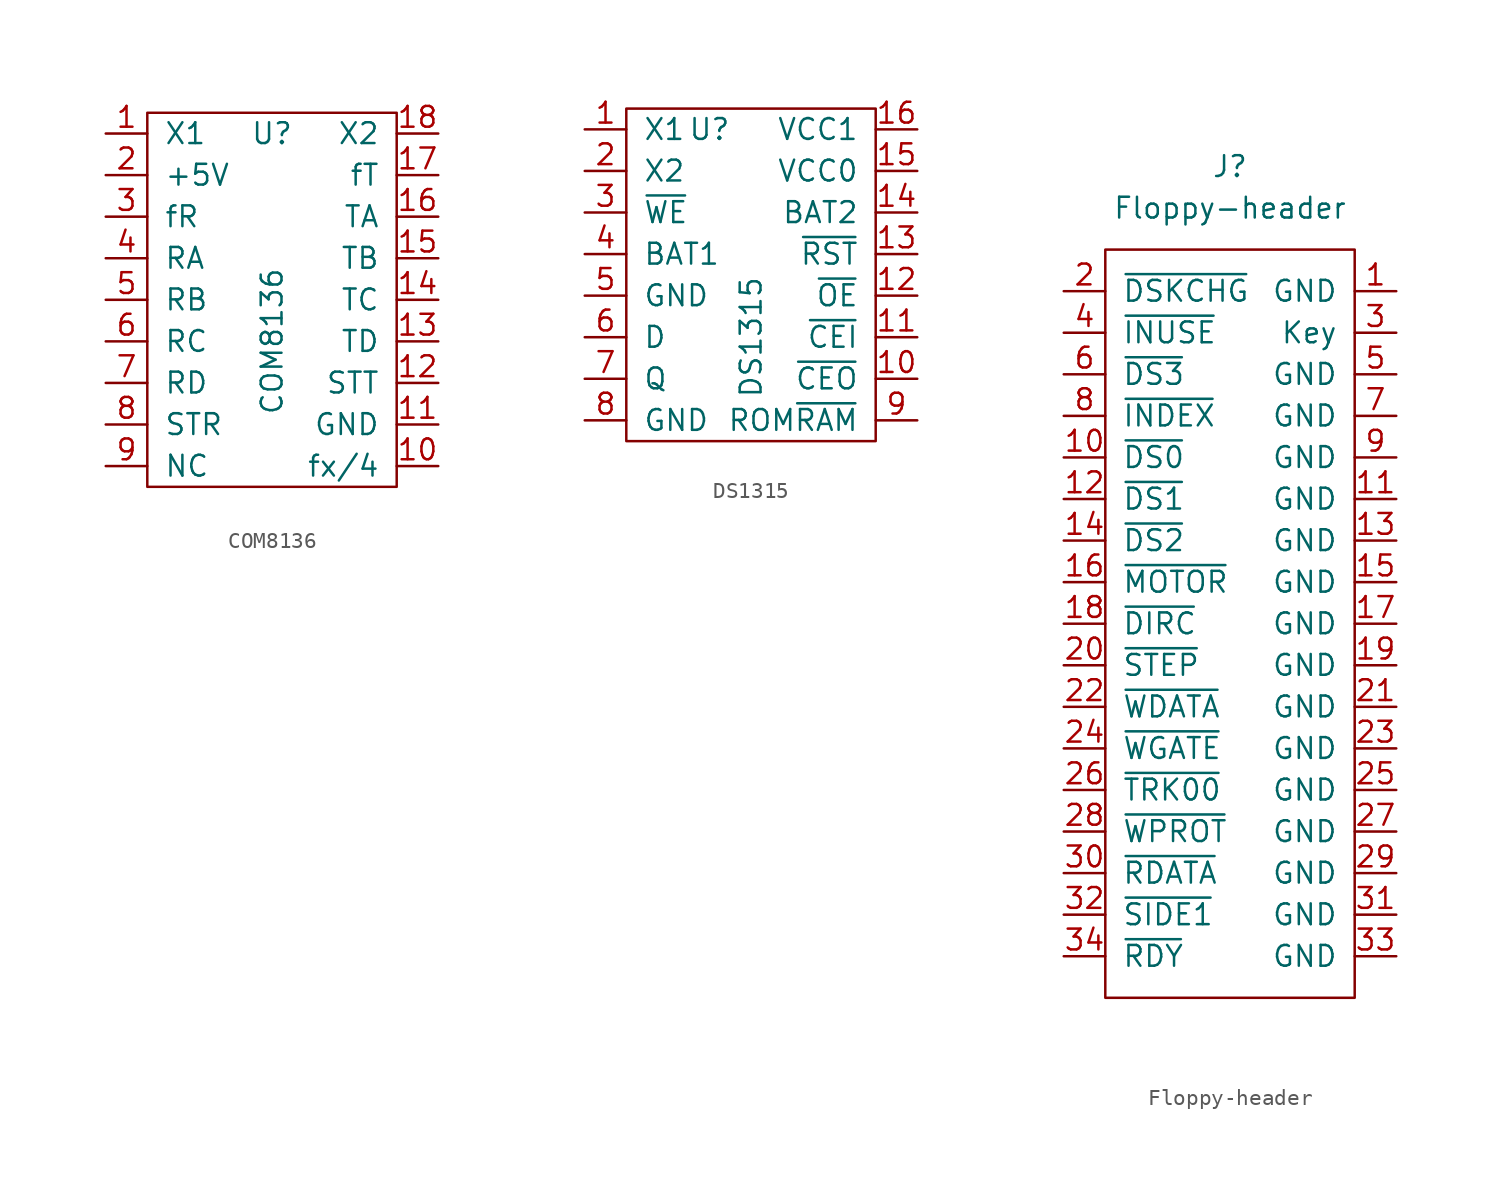
<source format=kicad_sym>
(kicad_symbol_lib
  (version 20211014)
  (generator kicad_symbol_editor)
  (symbol "COM8136"
    (pin_names
      (offset 1.016))
    (property "Reference" "U"
      (at 0 10.16 0)
      (effects (font (size 1.27 1.27))))
    (property "Value" "COM8136"
      (at 0 -2.54 90)
      (effects (font (size 1.27 1.27))))
    (symbol "COM8136_0_1"
      (rectangle (start -7.62 11.43) (end 7.62 -11.43) (stroke (width 0) (type default) (color 0 0 0 0)) (fill (type none))))
    (symbol "COM8136_1_1"
      (pin input line (at -10.16 10.16 0) (length 2.54) (name "X1" (effects (font (size 1.27 1.27)))) (number "1" (effects (font (size 1.27 1.27)))))
      (pin output line (at 10.16 -10.16 180) (length 2.54) (name "fx/4" (effects (font (size 1.27 1.27)))) (number "10" (effects (font (size 1.27 1.27)))))
      (pin power_in line (at 10.16 -7.62 180) (length 2.54) (name "GND" (effects (font (size 1.27 1.27)))) (number "11" (effects (font (size 1.27 1.27)))))
      (pin input line (at 10.16 -5.08 180) (length 2.54) (name "STT" (effects (font (size 1.27 1.27)))) (number "12" (effects (font (size 1.27 1.27)))))
      (pin input line (at 10.16 -2.54 180) (length 2.54) (name "TD" (effects (font (size 1.27 1.27)))) (number "13" (effects (font (size 1.27 1.27)))))
      (pin input line (at 10.16 0 180) (length 2.54) (name "TC" (effects (font (size 1.27 1.27)))) (number "14" (effects (font (size 1.27 1.27)))))
      (pin input line (at 10.16 2.54 180) (length 2.54) (name "TB" (effects (font (size 1.27 1.27)))) (number "15" (effects (font (size 1.27 1.27)))))
      (pin input line (at 10.16 5.08 180) (length 2.54) (name "TA" (effects (font (size 1.27 1.27)))) (number "16" (effects (font (size 1.27 1.27)))))
      (pin output line (at 10.16 7.62 180) (length 2.54) (name "fT" (effects (font (size 1.27 1.27)))) (number "17" (effects (font (size 1.27 1.27)))))
      (pin input line (at 10.16 10.16 180) (length 2.54) (name "X2" (effects (font (size 1.27 1.27)))) (number "18" (effects (font (size 1.27 1.27)))))
      (pin power_in line (at -10.16 7.62 0) (length 2.54) (name "+5V" (effects (font (size 1.27 1.27)))) (number "2" (effects (font (size 1.27 1.27)))))
      (pin output line (at -10.16 5.08 0) (length 2.54) (name "fR" (effects (font (size 1.27 1.27)))) (number "3" (effects (font (size 1.27 1.27)))))
      (pin input line (at -10.16 2.54 0) (length 2.54) (name "RA" (effects (font (size 1.27 1.27)))) (number "4" (effects (font (size 1.27 1.27)))))
      (pin input line (at -10.16 0 0) (length 2.54) (name "RB" (effects (font (size 1.27 1.27)))) (number "5" (effects (font (size 1.27 1.27)))))
      (pin input line (at -10.16 -2.54 0) (length 2.54) (name "RC" (effects (font (size 1.27 1.27)))) (number "6" (effects (font (size 1.27 1.27)))))
      (pin input line (at -10.16 -5.08 0) (length 2.54) (name "RD" (effects (font (size 1.27 1.27)))) (number "7" (effects (font (size 1.27 1.27)))))
      (pin input line (at -10.16 -7.62 0) (length 2.54) (name "STR" (effects (font (size 1.27 1.27)))) (number "8" (effects (font (size 1.27 1.27)))))
      (pin input line (at -10.16 -10.16 0) (length 2.54) (name "NC" (effects (font (size 1.27 1.27)))) (number "9" (effects (font (size 1.27 1.27)))))))
  (symbol "DS1315"
    (pin_names
      (offset 1.016))
    (property "Reference" "U"
      (at -2.54 8.89 0)
      (effects (font (size 1.27 1.27))))
    (property "Value" "DS1315"
      (at 0 -3.81 90)
      (effects (font (size 1.27 1.27))))
    (symbol "DS1315_0_1"
      (rectangle (start -7.62 10.16) (end 7.62 -10.16) (stroke (width 0) (type default) (color 0 0 0 0)) (fill (type none))))
    (symbol "DS1315_1_1"
      (pin input line (at -10.16 8.89 0) (length 2.54) (name "X1" (effects (font (size 1.27 1.27)))) (number "1" (effects (font (size 1.27 1.27)))))
      (pin input line (at 10.16 -6.35 180) (length 2.54) (name "~{CEO}" (effects (font (size 1.27 1.27)))) (number "10" (effects (font (size 1.27 1.27)))))
      (pin input line (at 10.16 -3.81 180) (length 2.54) (name "~{CEI}" (effects (font (size 1.27 1.27)))) (number "11" (effects (font (size 1.27 1.27)))))
      (pin input line (at 10.16 -1.27 180) (length 2.54) (name "~{OE}" (effects (font (size 1.27 1.27)))) (number "12" (effects (font (size 1.27 1.27)))))
      (pin input line (at 10.16 1.27 180) (length 2.54) (name "~{RST}" (effects (font (size 1.27 1.27)))) (number "13" (effects (font (size 1.27 1.27)))))
      (pin input line (at 10.16 3.81 180) (length 2.54) (name "BAT2" (effects (font (size 1.27 1.27)))) (number "14" (effects (font (size 1.27 1.27)))))
      (pin input line (at 10.16 6.35 180) (length 2.54) (name "VCC0" (effects (font (size 1.27 1.27)))) (number "15" (effects (font (size 1.27 1.27)))))
      (pin input line (at 10.16 8.89 180) (length 2.54) (name "VCC1" (effects (font (size 1.27 1.27)))) (number "16" (effects (font (size 1.27 1.27)))))
      (pin input line (at -10.16 6.35 0) (length 2.54) (name "X2" (effects (font (size 1.27 1.27)))) (number "2" (effects (font (size 1.27 1.27)))))
      (pin input line (at -10.16 3.81 0) (length 2.54) (name "~{WE}" (effects (font (size 1.27 1.27)))) (number "3" (effects (font (size 1.27 1.27)))))
      (pin input line (at -10.16 1.27 0) (length 2.54) (name "BAT1" (effects (font (size 1.27 1.27)))) (number "4" (effects (font (size 1.27 1.27)))))
      (pin input line (at -10.16 -1.27 0) (length 2.54) (name "GND" (effects (font (size 1.27 1.27)))) (number "5" (effects (font (size 1.27 1.27)))))
      (pin input line (at -10.16 -3.81 0) (length 2.54) (name "D" (effects (font (size 1.27 1.27)))) (number "6" (effects (font (size 1.27 1.27)))))
      (pin input line (at -10.16 -6.35 0) (length 2.54) (name "Q" (effects (font (size 1.27 1.27)))) (number "7" (effects (font (size 1.27 1.27)))))
      (pin input line (at -10.16 -8.89 0) (length 2.54) (name "GND" (effects (font (size 1.27 1.27)))) (number "8" (effects (font (size 1.27 1.27)))))
      (pin input line (at 10.16 -8.89 180) (length 2.54) (name "ROM~{RAM}" (effects (font (size 1.27 1.27)))) (number "9" (effects (font (size 1.27 1.27)))))))
  (symbol "Floppy-header"
    (pin_names
      (offset 1.016))
    (property "Reference" "J"
      (at 0 25.4 0)
      (effects (font (size 1.27 1.27))))
    (property "Value" "Floppy-header"
      (at 0 22.86 0)
      (effects (font (size 1.27 1.27))))
    (symbol "Floppy-header_0_1"
      (rectangle (start -7.62 20.32) (end 7.62 -25.4) (stroke (width 0) (type default) (color 0 0 0 0)) (fill (type none))))
    (symbol "Floppy-header_1_1"
      (pin passive line (at 10.16 17.78 180) (length 2.54) (name "GND" (effects (font (size 1.27 1.27)))) (number "1" (effects (font (size 1.27 1.27)))))
      (pin passive line (at -10.16 7.62 0) (length 2.54) (name "~{DS0}" (effects (font (size 1.27 1.27)))) (number "10" (effects (font (size 1.27 1.27)))))
      (pin passive line (at 10.16 5.08 180) (length 2.54) (name "GND" (effects (font (size 1.27 1.27)))) (number "11" (effects (font (size 1.27 1.27)))))
      (pin passive line (at -10.16 5.08 0) (length 2.54) (name "~{DS1}" (effects (font (size 1.27 1.27)))) (number "12" (effects (font (size 1.27 1.27)))))
      (pin passive line (at 10.16 2.54 180) (length 2.54) (name "GND" (effects (font (size 1.27 1.27)))) (number "13" (effects (font (size 1.27 1.27)))))
      (pin passive line (at -10.16 2.54 0) (length 2.54) (name "~{DS2}" (effects (font (size 1.27 1.27)))) (number "14" (effects (font (size 1.27 1.27)))))
      (pin passive line (at 10.16 0 180) (length 2.54) (name "GND" (effects (font (size 1.27 1.27)))) (number "15" (effects (font (size 1.27 1.27)))))
      (pin passive line (at -10.16 0 0) (length 2.54) (name "~{MOTOR}" (effects (font (size 1.27 1.27)))) (number "16" (effects (font (size 1.27 1.27)))))
      (pin passive line (at 10.16 -2.54 180) (length 2.54) (name "GND" (effects (font (size 1.27 1.27)))) (number "17" (effects (font (size 1.27 1.27)))))
      (pin passive line (at -10.16 -2.54 0) (length 2.54) (name "~{DIRC}" (effects (font (size 1.27 1.27)))) (number "18" (effects (font (size 1.27 1.27)))))
      (pin passive line (at 10.16 -5.08 180) (length 2.54) (name "GND" (effects (font (size 1.27 1.27)))) (number "19" (effects (font (size 1.27 1.27)))))
      (pin passive line (at -10.16 17.78 0) (length 2.54) (name "~{DSKCHG}" (effects (font (size 1.27 1.27)))) (number "2" (effects (font (size 1.27 1.27)))))
      (pin passive line (at -10.16 -5.08 0) (length 2.54) (name "~{STEP}" (effects (font (size 1.27 1.27)))) (number "20" (effects (font (size 1.27 1.27)))))
      (pin passive line (at 10.16 -7.62 180) (length 2.54) (name "GND" (effects (font (size 1.27 1.27)))) (number "21" (effects (font (size 1.27 1.27)))))
      (pin passive line (at -10.16 -7.62 0) (length 2.54) (name "~{WDATA}" (effects (font (size 1.27 1.27)))) (number "22" (effects (font (size 1.27 1.27)))))
      (pin passive line (at 10.16 -10.16 180) (length 2.54) (name "GND" (effects (font (size 1.27 1.27)))) (number "23" (effects (font (size 1.27 1.27)))))
      (pin passive line (at -10.16 -10.16 0) (length 2.54) (name "~{WGATE}" (effects (font (size 1.27 1.27)))) (number "24" (effects (font (size 1.27 1.27)))))
      (pin passive line (at 10.16 -12.7 180) (length 2.54) (name "GND" (effects (font (size 1.27 1.27)))) (number "25" (effects (font (size 1.27 1.27)))))
      (pin passive line (at -10.16 -12.7 0) (length 2.54) (name "~{TRK00}" (effects (font (size 1.27 1.27)))) (number "26" (effects (font (size 1.27 1.27)))))
      (pin passive line (at 10.16 -15.24 180) (length 2.54) (name "GND" (effects (font (size 1.27 1.27)))) (number "27" (effects (font (size 1.27 1.27)))))
      (pin passive line (at -10.16 -15.24 0) (length 2.54) (name "~{WPROT}" (effects (font (size 1.27 1.27)))) (number "28" (effects (font (size 1.27 1.27)))))
      (pin passive line (at 10.16 -17.78 180) (length 2.54) (name "GND" (effects (font (size 1.27 1.27)))) (number "29" (effects (font (size 1.27 1.27)))))
      (pin passive line (at 10.16 15.24 180) (length 2.54) (name "Key" (effects (font (size 1.27 1.27)))) (number "3" (effects (font (size 1.27 1.27)))))
      (pin passive line (at -10.16 -17.78 0) (length 2.54) (name "~{RDATA}" (effects (font (size 1.27 1.27)))) (number "30" (effects (font (size 1.27 1.27)))))
      (pin passive line (at 10.16 -20.32 180) (length 2.54) (name "GND" (effects (font (size 1.27 1.27)))) (number "31" (effects (font (size 1.27 1.27)))))
      (pin passive line (at -10.16 -20.32 0) (length 2.54) (name "~{SIDE1}" (effects (font (size 1.27 1.27)))) (number "32" (effects (font (size 1.27 1.27)))))
      (pin passive line (at 10.16 -22.86 180) (length 2.54) (name "GND" (effects (font (size 1.27 1.27)))) (number "33" (effects (font (size 1.27 1.27)))))
      (pin passive line (at -10.16 -22.86 0) (length 2.54) (name "~{RDY}" (effects (font (size 1.27 1.27)))) (number "34" (effects (font (size 1.27 1.27)))))
      (pin passive line (at -10.16 15.24 0) (length 2.54) (name "~{INUSE}" (effects (font (size 1.27 1.27)))) (number "4" (effects (font (size 1.27 1.27)))))
      (pin passive line (at 10.16 12.7 180) (length 2.54) (name "GND" (effects (font (size 1.27 1.27)))) (number "5" (effects (font (size 1.27 1.27)))))
      (pin passive line (at -10.16 12.7 0) (length 2.54) (name "~{DS3}" (effects (font (size 1.27 1.27)))) (number "6" (effects (font (size 1.27 1.27)))))
      (pin passive line (at 10.16 10.16 180) (length 2.54) (name "GND" (effects (font (size 1.27 1.27)))) (number "7" (effects (font (size 1.27 1.27)))))
      (pin passive line (at -10.16 10.16 0) (length 2.54) (name "~{INDEX}" (effects (font (size 1.27 1.27)))) (number "8" (effects (font (size 1.27 1.27)))))
      (pin passive line (at 10.16 7.62 180) (length 2.54) (name "GND" (effects (font (size 1.27 1.27)))) (number "9" (effects (font (size 1.27 1.27))))))))
</source>
